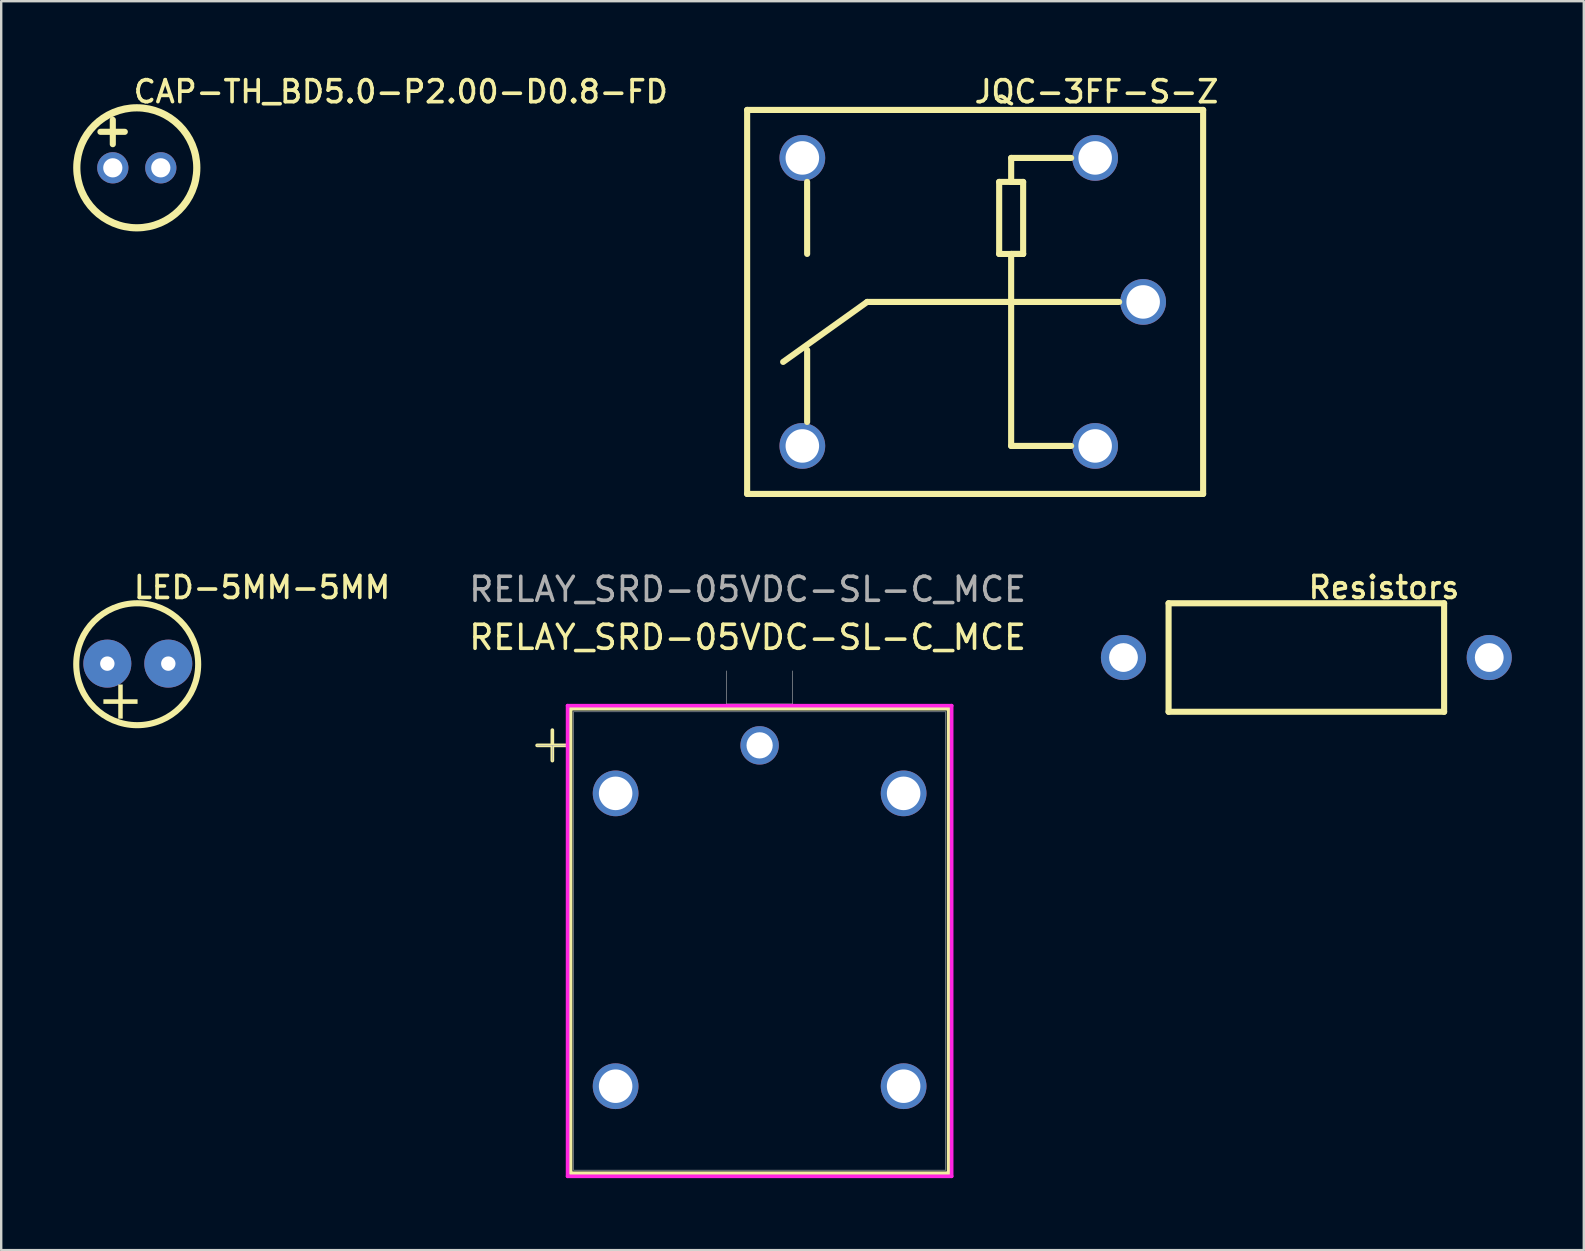
<source format=kicad_pcb>
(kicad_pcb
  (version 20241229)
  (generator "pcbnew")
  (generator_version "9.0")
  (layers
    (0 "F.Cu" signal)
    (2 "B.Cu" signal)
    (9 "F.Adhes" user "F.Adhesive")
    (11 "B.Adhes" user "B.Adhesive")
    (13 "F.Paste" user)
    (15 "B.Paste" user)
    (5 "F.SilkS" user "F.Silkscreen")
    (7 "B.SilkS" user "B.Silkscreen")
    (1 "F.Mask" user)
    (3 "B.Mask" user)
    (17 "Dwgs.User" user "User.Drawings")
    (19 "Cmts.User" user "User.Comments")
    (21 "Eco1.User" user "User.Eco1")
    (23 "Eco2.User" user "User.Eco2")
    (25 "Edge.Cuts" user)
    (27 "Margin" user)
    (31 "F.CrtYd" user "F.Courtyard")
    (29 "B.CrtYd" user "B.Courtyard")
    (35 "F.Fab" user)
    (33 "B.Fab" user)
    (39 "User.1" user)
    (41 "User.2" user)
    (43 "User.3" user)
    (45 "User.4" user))
  (footprint "LED-5MM-5MM"
    (layer "F.Cu")
    (at 3.962 27.14)
    (property "Reference" "LED-5MM-5MM" (at -1.524 -6.248 0) (unlocked yes) (layer "F.SilkS") (effects (font (size 0.914 0.914) (thickness 0.152)) (justify left top)))
    (fp_circle (center -1.295 -2.515) (end 1.245 -2.515) (stroke (width 0.254) (type default)) (fill no) (layer "F.SilkS"))
    (fp_text user "+" (at -2.945 -1.873 0) (unlocked yes) (layer "F.SilkS") (effects (font (face "NotoSansCJKsc-DemiLight") (size 1.626 1.626) (thickness 0.203)) (justify left top)))
    (pad "1" thru_hole oval (at -2.54 -2.54) (size 2 2) (drill 0.6) (layers "*.Cu" "*.Mask"))
    (pad "2" thru_hole oval (at 0 -2.54) (size 2 2) (drill 0.6) (layers "*.Cu" "*.Mask")))
  (footprint "CAP-TH_BD5.0-P2.00-D0.8-FD"
    (layer "F.Cu")
    (at 2.65 3.942)
    (property "Reference" "CAP-TH_BD5.0-P2.00-D0.8-FD" (at -0.222 -3.708 0) (unlocked yes) (layer "F.SilkS") (effects (font (size 0.914 0.914) (thickness 0.152)) (justify left top)))
    (fp_line (start -1.516 -1.5) (end -0.5 -1.5) (stroke (width 0.254) (type default)) (layer "F.SilkS"))
    (fp_line (start -1 -2) (end -1 -0.984) (stroke (width 0.254) (type default)) (layer "F.SilkS"))
    (fp_circle (center 0 0) (end 2.5 0) (stroke (width 0.3) (type default)) (fill no) (layer "F.SilkS"))
    (fp_circle (center -1 0) (end -0.85 0) (stroke (width 0.3) (type default)) (fill no) (layer "User.4"))
    (fp_circle (center 1 0) (end 1.15 0) (stroke (width 0.3) (type default)) (fill no) (layer "User.4"))
    (fp_circle (center -2.5 2.5) (end -2.47 2.5) (stroke (width 0.06) (type default)) (fill no) (layer "User.5"))
    (pad "1" thru_hole oval (at -1 0) (size 1.3 1.3) (drill 0.8) (layers "*.Cu" "*.Mask"))
    (pad "2" thru_hole oval (at 1 0) (size 1.3 1.3) (drill 0.8) (layers "*.Cu" "*.Mask"))
    (zone (net_name "") (layer "F.SilkS") (hatch edge 0.5) (priority 100) (connect_pads yes) (min_thickness 0) (filled_areas_thickness no) (fill yes) (polygon (pts (arc (start 4.4441 2.290572) (mid 5.150086 3.941572) (end 4.4441 5.592572)))) (filled_polygon (layer "F.SilkS") (island) (pts (arc (start 4.4441 2.290572) (mid 5.150086 3.941572) (end 4.4441 5.592572)))))
    (zone (net_name "") (layer "Dwgs.User") (hatch edge 0.5) (priority 100) (connect_pads yes) (min_thickness 0) (filled_areas_thickness no) (fill yes) (polygon (pts (xy 0.682 2.735) (xy 1.571 2.735) (xy 1.571 2.862) (xy 0.682 2.862))) (filled_polygon (layer "Dwgs.User") (island) (pts (xy 0.682 2.735) (xy 1.571 2.735) (xy 1.571 2.862) (xy 0.682 2.862))))
    (zone (net_name "") (layer "Dwgs.User") (hatch edge 0.5) (priority 100) (connect_pads yes) (min_thickness 0) (filled_areas_thickness no) (fill yes) (polygon (pts (xy 1.063 3.243) (xy 1.063 2.354) (xy 1.19 2.354) (xy 1.19 3.243))) (filled_polygon (layer "Dwgs.User") (island) (pts (xy 1.063 3.243) (xy 1.063 2.354) (xy 1.19 2.354) (xy 1.19 3.243))))
    (zone (net_name "") (layer "Dwgs.User") (hatch edge 0.5) (priority 100) (connect_pads yes) (min_thickness 0) (filled_areas_thickness no) (fill yes) (polygon (pts (xy 3.666 2.799) (xy 4.555 2.799) (xy 4.555 2.926) (xy 3.666 2.926))) (filled_polygon (layer "Dwgs.User") (island) (pts (xy 3.666 2.799) (xy 4.555 2.799) (xy 4.555 2.926) (xy 3.666 2.926))))
    (zone (net_name "") (layer "User.3") (hatch edge 0.5) (priority 100) (connect_pads yes) (min_thickness 0) (filled_areas_thickness no) (fill yes) (polygon (pts (arc (start 2.6501 6.441572) (mid 0.882333 5.709339) (end 0.1501 3.941572)) (arc (start 0.1501 3.941572) (mid 0.882333 2.173805) (end 2.6501 1.441572)) (arc (start 2.6501 1.441572) (mid 4.417867 2.173805) (end 5.1501 3.941572)) (arc (start 5.1501 3.941572) (mid 4.417867 5.709339) (end 2.6501 6.441572)))) (filled_polygon (layer "User.3") (island) (pts (arc (start 2.6501 6.441572) (mid 0.882333 5.709339) (end 0.1501 3.941572)) (arc (start 0.1501 3.941572) (mid 0.882333 2.173805) (end 2.6501 1.441572)) (arc (start 2.6501 1.441572) (mid 4.417867 2.173805) (end 5.1501 3.941572)) (arc (start 5.1501 3.941572) (mid 4.417867 5.709339) (end 2.6501 6.441572))))))
  (footprint "RELAY_SRD-05VDC-SL-C_MCE"
    (layer "F.Cu")
    (at 28.6 28.006)
    (property "Reference" "RELAY_SRD-05VDC-SL-C_MCE" (at -0.5 -4.5 0) (unlocked yes) (layer "F.SilkS") (effects (font (size 1 1) (thickness 0.15))))
    (attr through_hole)
    (fp_line (start -9.271 0) (end -8.001 0) (stroke (width 0.152) (type solid)) (layer "F.SilkS"))
    (fp_line (start -8.636 -0.635) (end -8.636 0.635) (stroke (width 0.152) (type solid)) (layer "F.SilkS"))
    (fp_line (start -7.874 -1.527) (end -7.874 17.828) (stroke (width 0.152) (type solid)) (layer "F.SilkS"))
    (fp_line (start 7.874 -1.527) (end -7.874 -1.527) (stroke (width 0.152) (type solid)) (layer "F.SilkS"))
    (fp_line (start 7.874 -1.527) (end 7.874 17.828) (stroke (width 0.152) (type solid)) (layer "F.SilkS"))
    (fp_line (start 7.874 17.828) (end -7.874 17.828) (stroke (width 0.152) (type solid)) (layer "F.SilkS"))
    (fp_line (start -8.001 -1.654) (end -8.001 17.955) (stroke (width 0.152) (type solid)) (layer "F.CrtYd"))
    (fp_line (start -8.001 17.955) (end 8.001 17.955) (stroke (width 0.152) (type solid)) (layer "F.CrtYd"))
    (fp_line (start 8.001 -1.654) (end -8.001 -1.654) (stroke (width 0.152) (type solid)) (layer "F.CrtYd"))
    (fp_line (start 8.001 17.955) (end 8.001 -1.654) (stroke (width 0.152) (type solid)) (layer "F.CrtYd"))
    (fp_line (start -9.271 0) (end -8.001 0) (stroke (width 0.025) (type solid)) (layer "F.Fab"))
    (fp_line (start -8.636 0) (end -8.636 0.635) (stroke (width 0.025) (type solid)) (layer "F.Fab"))
    (fp_line (start -7.747 -1.4) (end -7.747 17.701) (stroke (width 0.025) (type solid)) (layer "F.Fab"))
    (fp_line (start -1.376 -1.726) (end -1.376 -3.102) (stroke (width 0.025) (type solid)) (layer "F.Fab"))
    (fp_line (start 1.376 -3.102) (end 1.376 -1.726) (stroke (width 0.025) (type solid)) (layer "F.Fab"))
    (fp_line (start 1.376 -1.726) (end -1.376 -1.726) (stroke (width 0.025) (type solid)) (layer "F.Fab"))
    (fp_line (start 7.747 -1.4) (end -7.747 -1.4) (stroke (width 0.025) (type solid)) (layer "F.Fab"))
    (fp_line (start 7.747 -1.4) (end 7.747 17.701) (stroke (width 0.025) (type solid)) (layer "F.Fab"))
    (fp_line (start 7.747 17.701) (end -7.747 17.701) (stroke (width 0.025) (type solid)) (layer "F.Fab"))
    (fp_text user "${REFERENCE}" (at -0.5 -6.5 0) (unlocked yes) (layer "F.Fab") (effects (font (size 1 1) (thickness 0.15))))
    (pad "1" thru_hole circle (at 0 0) (size 1.6 1.6) (drill 1.092) (layers "*.Cu" "*.Mask"))
    (pad "2" thru_hole circle (at -6 2) (size 1.905 1.905) (drill 1.397) (layers "*.Cu" "*.Mask"))
    (pad "3" thru_hole circle (at -6 14.201) (size 1.905 1.905) (drill 1.397) (layers "*.Cu" "*.Mask"))
    (pad "4" thru_hole circle (at 6 14.201) (size 1.905 1.905) (drill 1.397) (layers "*.Cu" "*.Mask"))
    (pad "5" thru_hole circle (at 6 2) (size 1.905 1.905) (drill 1.397) (layers "*.Cu" "*.Mask")))
  (footprint "Resistors"
    (layer "F.Cu")
    (at 51.38 24.346)
    (property "Reference" "Resistors" (at 0 -3.454 0) (unlocked yes) (layer "F.SilkS") (effects (font (size 0.914 0.914) (thickness 0.152)) (justify left top)))
    (fp_line (start -5.74 -2.261) (end 5.74 -2.261) (stroke (width 0.254) (type default)) (layer "F.SilkS"))
    (fp_line (start -5.74 2.261) (end -5.74 -2.261) (stroke (width 0.254) (type default)) (layer "F.SilkS"))
    (fp_line (start 5.74 -2.261) (end 5.74 2.261) (stroke (width 0.254) (type default)) (layer "F.SilkS"))
    (fp_line (start 5.74 2.261) (end -5.74 2.261) (stroke (width 0.254) (type default)) (layer "F.SilkS"))
    (pad "1" thru_hole oval (at -7.62 0) (size 1.88 1.88) (drill 1.199) (layers "*.Cu" "*.Mask"))
    (pad "2" thru_hole oval (at 7.62 0) (size 1.88 1.88) (drill 1.199) (layers "*.Cu" "*.Mask")))
  (footprint "JQC-3FF-S-Z"
    (layer "F.Cu")
    (at 37.48 9.53)
    (property "Reference" "JQC-3FF-S-Z" (at -0.012 -9.296 0) (unlocked yes) (layer "F.SilkS") (effects (font (size 0.914 0.914) (thickness 0.152)) (justify left top)))
    (fp_line (start -9.4 -8) (end 9.6 -8) (stroke (width 0.254) (type default)) (layer "F.SilkS"))
    (fp_line (start -9.4 8) (end 9.6 8) (stroke (width 0.254) (type default)) (layer "F.SilkS"))
    (fp_line (start -9.4 -8.001) (end -9.4 8.001) (stroke (width 0.254) (type default)) (layer "F.SilkS"))
    (fp_line (start -6.901 -5.001) (end -6.9 -2) (stroke (width 0.254) (type default)) (layer "F.SilkS"))
    (fp_line (start -6.9 5) (end -6.9 2) (stroke (width 0.254) (type default)) (layer "F.SilkS"))
    (fp_line (start -4.4 0) (end -7.9 2.5) (stroke (width 0.254) (type default)) (layer "F.SilkS"))
    (fp_line (start 1.101 -5.001) (end 1.101 -1.999) (stroke (width 0.254) (type default)) (layer "F.SilkS"))
    (fp_line (start 1.101 -1.999) (end 2.099 -1.999) (stroke (width 0.254) (type default)) (layer "F.SilkS"))
    (fp_line (start 1.6 -5) (end 2.1 -5) (stroke (width 0.254) (type default)) (layer "F.SilkS"))
    (fp_line (start 1.6 -2) (end 1.6 6) (stroke (width 0.254) (type default)) (layer "F.SilkS"))
    (fp_line (start 1.6 6) (end 4.1 6) (stroke (width 0.254) (type default)) (layer "F.SilkS"))
    (fp_line (start 1.601 -6) (end 1.601 -5.001) (stroke (width 0.254) (type default)) (layer "F.SilkS"))
    (fp_line (start 1.601 -5.001) (end 1.101 -5.001) (stroke (width 0.254) (type default)) (layer "F.SilkS"))
    (fp_line (start 2.1 -5) (end 2.1 -2) (stroke (width 0.254) (type default)) (layer "F.SilkS"))
    (fp_line (start 2.1 -2) (end 1.6 -2) (stroke (width 0.254) (type default)) (layer "F.SilkS"))
    (fp_line (start 4.1 -6) (end 1.601 -6) (stroke (width 0.254) (type default)) (layer "F.SilkS"))
    (fp_line (start 6.1 0) (end -4.4 0) (stroke (width 0.254) (type default)) (layer "F.SilkS"))
    (fp_line (start 9.599 -8.001) (end 9.599 8.002) (stroke (width 0.254) (type default)) (layer "F.SilkS"))
    (pad "1" thru_hole circle (at 7.1 0) (size 1.905 1.905) (drill 1.397) (layers "*.Cu" "*.Mask"))
    (pad "2" thru_hole circle (at 5.1 6) (size 1.905 1.905) (drill 1.397) (layers "*.Cu" "*.Mask"))
    (pad "3" thru_hole circle (at -7.1 6) (size 1.905 1.905) (drill 1.397) (layers "*.Cu" "*.Mask"))
    (pad "4" thru_hole circle (at -7.1 -6) (size 1.905 1.905) (drill 1.397) (layers "*.Cu" "*.Mask"))
    (pad "5" thru_hole circle (at 5.1 -6) (size 1.905 1.905) (drill 1.397) (layers "*.Cu" "*.Mask")))
  (gr_rect
    (start -3 -3)
    (end 62.94 49.037)
    (stroke (width 0.1) (type default))
    (fill no)
    (layer "Edge.Cuts")))
</source>
